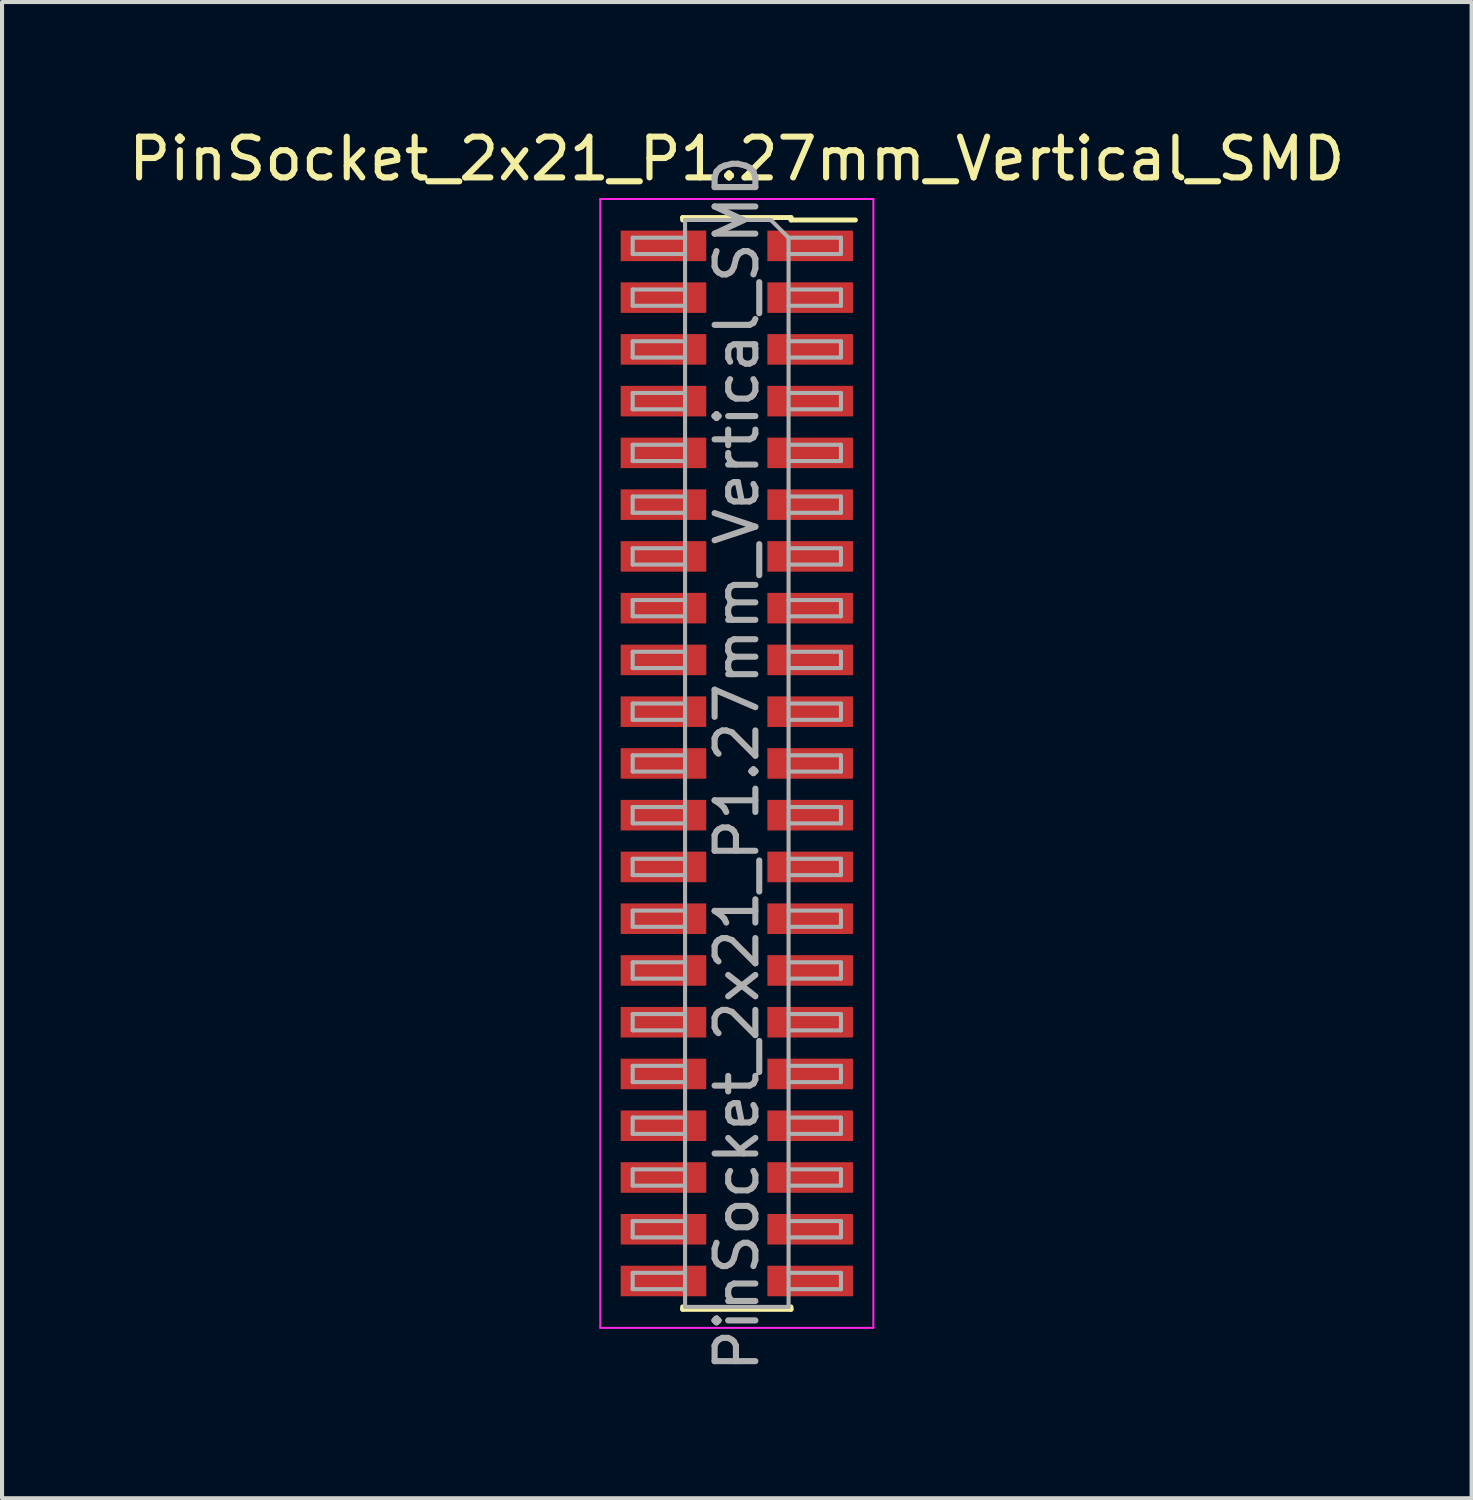
<source format=kicad_pcb>
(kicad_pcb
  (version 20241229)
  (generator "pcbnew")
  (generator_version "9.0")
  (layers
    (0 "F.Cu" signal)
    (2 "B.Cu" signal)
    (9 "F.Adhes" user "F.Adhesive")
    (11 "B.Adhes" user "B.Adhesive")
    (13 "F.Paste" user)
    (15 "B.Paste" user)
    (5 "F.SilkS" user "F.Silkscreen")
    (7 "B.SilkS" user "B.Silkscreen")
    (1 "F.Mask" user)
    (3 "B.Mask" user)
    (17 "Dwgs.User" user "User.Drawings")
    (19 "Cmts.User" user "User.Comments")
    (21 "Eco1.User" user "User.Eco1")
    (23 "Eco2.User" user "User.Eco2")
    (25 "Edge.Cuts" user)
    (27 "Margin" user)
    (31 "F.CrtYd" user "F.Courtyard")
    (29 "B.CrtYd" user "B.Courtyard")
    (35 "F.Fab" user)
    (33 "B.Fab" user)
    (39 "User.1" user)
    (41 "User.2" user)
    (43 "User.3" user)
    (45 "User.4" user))
  (footprint "PinSocket_2x21_P1.27mm_Vertical_SMD"
    (layer "F.Cu")
    (at 15.03 15.683)
    (property "Reference" "PinSocket_2x21_P1.27mm_Vertical_SMD" (at 0 -14.835 0) (layer "F.SilkS") (effects (font (size 1 1) (thickness 0.15))))
    (attr smd)
    (fp_line (start -1.33 -13.395) (end 1.33 -13.395) (stroke (width 0.12) (type solid)) (layer "F.SilkS"))
    (fp_line (start -1.33 -13.335) (end -1.33 -13.395) (stroke (width 0.12) (type solid)) (layer "F.SilkS"))
    (fp_line (start -1.33 13.395) (end -1.33 13.335) (stroke (width 0.12) (type solid)) (layer "F.SilkS"))
    (fp_line (start 1.33 -13.395) (end 1.33 -13.335) (stroke (width 0.12) (type solid)) (layer "F.SilkS"))
    (fp_line (start 1.33 -13.335) (end 2.91 -13.335) (stroke (width 0.12) (type solid)) (layer "F.SilkS"))
    (fp_line (start 1.33 13.335) (end 1.33 13.395) (stroke (width 0.12) (type solid)) (layer "F.SilkS"))
    (fp_line (start 1.33 13.395) (end -1.33 13.395) (stroke (width 0.12) (type solid)) (layer "F.SilkS"))
    (fp_line (start -3.35 -13.85) (end 3.35 -13.85) (stroke (width 0.05) (type solid)) (layer "F.CrtYd"))
    (fp_line (start -3.35 13.85) (end -3.35 -13.85) (stroke (width 0.05) (type solid)) (layer "F.CrtYd"))
    (fp_line (start 3.35 -13.85) (end 3.35 13.85) (stroke (width 0.05) (type solid)) (layer "F.CrtYd"))
    (fp_line (start 3.35 13.85) (end -3.35 13.85) (stroke (width 0.05) (type solid)) (layer "F.CrtYd"))
    (fp_line (start -2.555 -12.9) (end -1.27 -12.9) (stroke (width 0.1) (type solid)) (layer "F.Fab"))
    (fp_line (start -2.555 -12.5) (end -2.555 -12.9) (stroke (width 0.1) (type solid)) (layer "F.Fab"))
    (fp_line (start -2.555 -11.63) (end -1.27 -11.63) (stroke (width 0.1) (type solid)) (layer "F.Fab"))
    (fp_line (start -2.555 -11.23) (end -2.555 -11.63) (stroke (width 0.1) (type solid)) (layer "F.Fab"))
    (fp_line (start -2.555 -10.36) (end -1.27 -10.36) (stroke (width 0.1) (type solid)) (layer "F.Fab"))
    (fp_line (start -2.555 -9.96) (end -2.555 -10.36) (stroke (width 0.1) (type solid)) (layer "F.Fab"))
    (fp_line (start -2.555 -9.09) (end -1.27 -9.09) (stroke (width 0.1) (type solid)) (layer "F.Fab"))
    (fp_line (start -2.555 -8.69) (end -2.555 -9.09) (stroke (width 0.1) (type solid)) (layer "F.Fab"))
    (fp_line (start -2.555 -7.82) (end -1.27 -7.82) (stroke (width 0.1) (type solid)) (layer "F.Fab"))
    (fp_line (start -2.555 -7.42) (end -2.555 -7.82) (stroke (width 0.1) (type solid)) (layer "F.Fab"))
    (fp_line (start -2.555 -6.55) (end -1.27 -6.55) (stroke (width 0.1) (type solid)) (layer "F.Fab"))
    (fp_line (start -2.555 -6.15) (end -2.555 -6.55) (stroke (width 0.1) (type solid)) (layer "F.Fab"))
    (fp_line (start -2.555 -5.28) (end -1.27 -5.28) (stroke (width 0.1) (type solid)) (layer "F.Fab"))
    (fp_line (start -2.555 -4.88) (end -2.555 -5.28) (stroke (width 0.1) (type solid)) (layer "F.Fab"))
    (fp_line (start -2.555 -4.01) (end -1.27 -4.01) (stroke (width 0.1) (type solid)) (layer "F.Fab"))
    (fp_line (start -2.555 -3.61) (end -2.555 -4.01) (stroke (width 0.1) (type solid)) (layer "F.Fab"))
    (fp_line (start -2.555 -2.74) (end -1.27 -2.74) (stroke (width 0.1) (type solid)) (layer "F.Fab"))
    (fp_line (start -2.555 -2.34) (end -2.555 -2.74) (stroke (width 0.1) (type solid)) (layer "F.Fab"))
    (fp_line (start -2.555 -1.47) (end -1.27 -1.47) (stroke (width 0.1) (type solid)) (layer "F.Fab"))
    (fp_line (start -2.555 -1.07) (end -2.555 -1.47) (stroke (width 0.1) (type solid)) (layer "F.Fab"))
    (fp_line (start -2.555 -0.2) (end -1.27 -0.2) (stroke (width 0.1) (type solid)) (layer "F.Fab"))
    (fp_line (start -2.555 0.2) (end -2.555 -0.2) (stroke (width 0.1) (type solid)) (layer "F.Fab"))
    (fp_line (start -2.555 1.07) (end -1.27 1.07) (stroke (width 0.1) (type solid)) (layer "F.Fab"))
    (fp_line (start -2.555 1.47) (end -2.555 1.07) (stroke (width 0.1) (type solid)) (layer "F.Fab"))
    (fp_line (start -2.555 2.34) (end -1.27 2.34) (stroke (width 0.1) (type solid)) (layer "F.Fab"))
    (fp_line (start -2.555 2.74) (end -2.555 2.34) (stroke (width 0.1) (type solid)) (layer "F.Fab"))
    (fp_line (start -2.555 3.61) (end -1.27 3.61) (stroke (width 0.1) (type solid)) (layer "F.Fab"))
    (fp_line (start -2.555 4.01) (end -2.555 3.61) (stroke (width 0.1) (type solid)) (layer "F.Fab"))
    (fp_line (start -2.555 4.88) (end -1.27 4.88) (stroke (width 0.1) (type solid)) (layer "F.Fab"))
    (fp_line (start -2.555 5.28) (end -2.555 4.88) (stroke (width 0.1) (type solid)) (layer "F.Fab"))
    (fp_line (start -2.555 6.15) (end -1.27 6.15) (stroke (width 0.1) (type solid)) (layer "F.Fab"))
    (fp_line (start -2.555 6.55) (end -2.555 6.15) (stroke (width 0.1) (type solid)) (layer "F.Fab"))
    (fp_line (start -2.555 7.42) (end -1.27 7.42) (stroke (width 0.1) (type solid)) (layer "F.Fab"))
    (fp_line (start -2.555 7.82) (end -2.555 7.42) (stroke (width 0.1) (type solid)) (layer "F.Fab"))
    (fp_line (start -2.555 8.69) (end -1.27 8.69) (stroke (width 0.1) (type solid)) (layer "F.Fab"))
    (fp_line (start -2.555 9.09) (end -2.555 8.69) (stroke (width 0.1) (type solid)) (layer "F.Fab"))
    (fp_line (start -2.555 9.96) (end -1.27 9.96) (stroke (width 0.1) (type solid)) (layer "F.Fab"))
    (fp_line (start -2.555 10.36) (end -2.555 9.96) (stroke (width 0.1) (type solid)) (layer "F.Fab"))
    (fp_line (start -2.555 11.23) (end -1.27 11.23) (stroke (width 0.1) (type solid)) (layer "F.Fab"))
    (fp_line (start -2.555 11.63) (end -2.555 11.23) (stroke (width 0.1) (type solid)) (layer "F.Fab"))
    (fp_line (start -2.555 12.5) (end -1.27 12.5) (stroke (width 0.1) (type solid)) (layer "F.Fab"))
    (fp_line (start -2.555 12.9) (end -2.555 12.5) (stroke (width 0.1) (type solid)) (layer "F.Fab"))
    (fp_line (start -1.27 -13.335) (end 0.835 -13.335) (stroke (width 0.1) (type solid)) (layer "F.Fab"))
    (fp_line (start -1.27 -12.5) (end -2.555 -12.5) (stroke (width 0.1) (type solid)) (layer "F.Fab"))
    (fp_line (start -1.27 -11.23) (end -2.555 -11.23) (stroke (width 0.1) (type solid)) (layer "F.Fab"))
    (fp_line (start -1.27 -9.96) (end -2.555 -9.96) (stroke (width 0.1) (type solid)) (layer "F.Fab"))
    (fp_line (start -1.27 -8.69) (end -2.555 -8.69) (stroke (width 0.1) (type solid)) (layer "F.Fab"))
    (fp_line (start -1.27 -7.42) (end -2.555 -7.42) (stroke (width 0.1) (type solid)) (layer "F.Fab"))
    (fp_line (start -1.27 -6.15) (end -2.555 -6.15) (stroke (width 0.1) (type solid)) (layer "F.Fab"))
    (fp_line (start -1.27 -4.88) (end -2.555 -4.88) (stroke (width 0.1) (type solid)) (layer "F.Fab"))
    (fp_line (start -1.27 -3.61) (end -2.555 -3.61) (stroke (width 0.1) (type solid)) (layer "F.Fab"))
    (fp_line (start -1.27 -2.34) (end -2.555 -2.34) (stroke (width 0.1) (type solid)) (layer "F.Fab"))
    (fp_line (start -1.27 -1.07) (end -2.555 -1.07) (stroke (width 0.1) (type solid)) (layer "F.Fab"))
    (fp_line (start -1.27 0.2) (end -2.555 0.2) (stroke (width 0.1) (type solid)) (layer "F.Fab"))
    (fp_line (start -1.27 1.47) (end -2.555 1.47) (stroke (width 0.1) (type solid)) (layer "F.Fab"))
    (fp_line (start -1.27 2.74) (end -2.555 2.74) (stroke (width 0.1) (type solid)) (layer "F.Fab"))
    (fp_line (start -1.27 4.01) (end -2.555 4.01) (stroke (width 0.1) (type solid)) (layer "F.Fab"))
    (fp_line (start -1.27 5.28) (end -2.555 5.28) (stroke (width 0.1) (type solid)) (layer "F.Fab"))
    (fp_line (start -1.27 6.55) (end -2.555 6.55) (stroke (width 0.1) (type solid)) (layer "F.Fab"))
    (fp_line (start -1.27 7.82) (end -2.555 7.82) (stroke (width 0.1) (type solid)) (layer "F.Fab"))
    (fp_line (start -1.27 9.09) (end -2.555 9.09) (stroke (width 0.1) (type solid)) (layer "F.Fab"))
    (fp_line (start -1.27 10.36) (end -2.555 10.36) (stroke (width 0.1) (type solid)) (layer "F.Fab"))
    (fp_line (start -1.27 11.63) (end -2.555 11.63) (stroke (width 0.1) (type solid)) (layer "F.Fab"))
    (fp_line (start -1.27 12.9) (end -2.555 12.9) (stroke (width 0.1) (type solid)) (layer "F.Fab"))
    (fp_line (start -1.27 13.335) (end -1.27 -13.335) (stroke (width 0.1) (type solid)) (layer "F.Fab"))
    (fp_line (start 0.835 -13.335) (end 1.27 -12.9) (stroke (width 0.1) (type solid)) (layer "F.Fab"))
    (fp_line (start 1.27 -12.9) (end 1.27 13.335) (stroke (width 0.1) (type solid)) (layer "F.Fab"))
    (fp_line (start 1.27 -12.9) (end 2.555 -12.9) (stroke (width 0.1) (type solid)) (layer "F.Fab"))
    (fp_line (start 1.27 -11.63) (end 2.555 -11.63) (stroke (width 0.1) (type solid)) (layer "F.Fab"))
    (fp_line (start 1.27 -10.36) (end 2.555 -10.36) (stroke (width 0.1) (type solid)) (layer "F.Fab"))
    (fp_line (start 1.27 -9.09) (end 2.555 -9.09) (stroke (width 0.1) (type solid)) (layer "F.Fab"))
    (fp_line (start 1.27 -7.82) (end 2.555 -7.82) (stroke (width 0.1) (type solid)) (layer "F.Fab"))
    (fp_line (start 1.27 -6.55) (end 2.555 -6.55) (stroke (width 0.1) (type solid)) (layer "F.Fab"))
    (fp_line (start 1.27 -5.28) (end 2.555 -5.28) (stroke (width 0.1) (type solid)) (layer "F.Fab"))
    (fp_line (start 1.27 -4.01) (end 2.555 -4.01) (stroke (width 0.1) (type solid)) (layer "F.Fab"))
    (fp_line (start 1.27 -2.74) (end 2.555 -2.74) (stroke (width 0.1) (type solid)) (layer "F.Fab"))
    (fp_line (start 1.27 -1.47) (end 2.555 -1.47) (stroke (width 0.1) (type solid)) (layer "F.Fab"))
    (fp_line (start 1.27 -0.2) (end 2.555 -0.2) (stroke (width 0.1) (type solid)) (layer "F.Fab"))
    (fp_line (start 1.27 1.07) (end 2.555 1.07) (stroke (width 0.1) (type solid)) (layer "F.Fab"))
    (fp_line (start 1.27 2.34) (end 2.555 2.34) (stroke (width 0.1) (type solid)) (layer "F.Fab"))
    (fp_line (start 1.27 3.61) (end 2.555 3.61) (stroke (width 0.1) (type solid)) (layer "F.Fab"))
    (fp_line (start 1.27 4.88) (end 2.555 4.88) (stroke (width 0.1) (type solid)) (layer "F.Fab"))
    (fp_line (start 1.27 6.15) (end 2.555 6.15) (stroke (width 0.1) (type solid)) (layer "F.Fab"))
    (fp_line (start 1.27 7.42) (end 2.555 7.42) (stroke (width 0.1) (type solid)) (layer "F.Fab"))
    (fp_line (start 1.27 8.69) (end 2.555 8.69) (stroke (width 0.1) (type solid)) (layer "F.Fab"))
    (fp_line (start 1.27 9.96) (end 2.555 9.96) (stroke (width 0.1) (type solid)) (layer "F.Fab"))
    (fp_line (start 1.27 11.23) (end 2.555 11.23) (stroke (width 0.1) (type solid)) (layer "F.Fab"))
    (fp_line (start 1.27 12.5) (end 2.555 12.5) (stroke (width 0.1) (type solid)) (layer "F.Fab"))
    (fp_line (start 1.27 13.335) (end -1.27 13.335) (stroke (width 0.1) (type solid)) (layer "F.Fab"))
    (fp_line (start 2.555 -12.9) (end 2.555 -12.5) (stroke (width 0.1) (type solid)) (layer "F.Fab"))
    (fp_line (start 2.555 -12.5) (end 1.27 -12.5) (stroke (width 0.1) (type solid)) (layer "F.Fab"))
    (fp_line (start 2.555 -11.63) (end 2.555 -11.23) (stroke (width 0.1) (type solid)) (layer "F.Fab"))
    (fp_line (start 2.555 -11.23) (end 1.27 -11.23) (stroke (width 0.1) (type solid)) (layer "F.Fab"))
    (fp_line (start 2.555 -10.36) (end 2.555 -9.96) (stroke (width 0.1) (type solid)) (layer "F.Fab"))
    (fp_line (start 2.555 -9.96) (end 1.27 -9.96) (stroke (width 0.1) (type solid)) (layer "F.Fab"))
    (fp_line (start 2.555 -9.09) (end 2.555 -8.69) (stroke (width 0.1) (type solid)) (layer "F.Fab"))
    (fp_line (start 2.555 -8.69) (end 1.27 -8.69) (stroke (width 0.1) (type solid)) (layer "F.Fab"))
    (fp_line (start 2.555 -7.82) (end 2.555 -7.42) (stroke (width 0.1) (type solid)) (layer "F.Fab"))
    (fp_line (start 2.555 -7.42) (end 1.27 -7.42) (stroke (width 0.1) (type solid)) (layer "F.Fab"))
    (fp_line (start 2.555 -6.55) (end 2.555 -6.15) (stroke (width 0.1) (type solid)) (layer "F.Fab"))
    (fp_line (start 2.555 -6.15) (end 1.27 -6.15) (stroke (width 0.1) (type solid)) (layer "F.Fab"))
    (fp_line (start 2.555 -5.28) (end 2.555 -4.88) (stroke (width 0.1) (type solid)) (layer "F.Fab"))
    (fp_line (start 2.555 -4.88) (end 1.27 -4.88) (stroke (width 0.1) (type solid)) (layer "F.Fab"))
    (fp_line (start 2.555 -4.01) (end 2.555 -3.61) (stroke (width 0.1) (type solid)) (layer "F.Fab"))
    (fp_line (start 2.555 -3.61) (end 1.27 -3.61) (stroke (width 0.1) (type solid)) (layer "F.Fab"))
    (fp_line (start 2.555 -2.74) (end 2.555 -2.34) (stroke (width 0.1) (type solid)) (layer "F.Fab"))
    (fp_line (start 2.555 -2.34) (end 1.27 -2.34) (stroke (width 0.1) (type solid)) (layer "F.Fab"))
    (fp_line (start 2.555 -1.47) (end 2.555 -1.07) (stroke (width 0.1) (type solid)) (layer "F.Fab"))
    (fp_line (start 2.555 -1.07) (end 1.27 -1.07) (stroke (width 0.1) (type solid)) (layer "F.Fab"))
    (fp_line (start 2.555 -0.2) (end 2.555 0.2) (stroke (width 0.1) (type solid)) (layer "F.Fab"))
    (fp_line (start 2.555 0.2) (end 1.27 0.2) (stroke (width 0.1) (type solid)) (layer "F.Fab"))
    (fp_line (start 2.555 1.07) (end 2.555 1.47) (stroke (width 0.1) (type solid)) (layer "F.Fab"))
    (fp_line (start 2.555 1.47) (end 1.27 1.47) (stroke (width 0.1) (type solid)) (layer "F.Fab"))
    (fp_line (start 2.555 2.34) (end 2.555 2.74) (stroke (width 0.1) (type solid)) (layer "F.Fab"))
    (fp_line (start 2.555 2.74) (end 1.27 2.74) (stroke (width 0.1) (type solid)) (layer "F.Fab"))
    (fp_line (start 2.555 3.61) (end 2.555 4.01) (stroke (width 0.1) (type solid)) (layer "F.Fab"))
    (fp_line (start 2.555 4.01) (end 1.27 4.01) (stroke (width 0.1) (type solid)) (layer "F.Fab"))
    (fp_line (start 2.555 4.88) (end 2.555 5.28) (stroke (width 0.1) (type solid)) (layer "F.Fab"))
    (fp_line (start 2.555 5.28) (end 1.27 5.28) (stroke (width 0.1) (type solid)) (layer "F.Fab"))
    (fp_line (start 2.555 6.15) (end 2.555 6.55) (stroke (width 0.1) (type solid)) (layer "F.Fab"))
    (fp_line (start 2.555 6.55) (end 1.27 6.55) (stroke (width 0.1) (type solid)) (layer "F.Fab"))
    (fp_line (start 2.555 7.42) (end 2.555 7.82) (stroke (width 0.1) (type solid)) (layer "F.Fab"))
    (fp_line (start 2.555 7.82) (end 1.27 7.82) (stroke (width 0.1) (type solid)) (layer "F.Fab"))
    (fp_line (start 2.555 8.69) (end 2.555 9.09) (stroke (width 0.1) (type solid)) (layer "F.Fab"))
    (fp_line (start 2.555 9.09) (end 1.27 9.09) (stroke (width 0.1) (type solid)) (layer "F.Fab"))
    (fp_line (start 2.555 9.96) (end 2.555 10.36) (stroke (width 0.1) (type solid)) (layer "F.Fab"))
    (fp_line (start 2.555 10.36) (end 1.27 10.36) (stroke (width 0.1) (type solid)) (layer "F.Fab"))
    (fp_line (start 2.555 11.23) (end 2.555 11.63) (stroke (width 0.1) (type solid)) (layer "F.Fab"))
    (fp_line (start 2.555 11.63) (end 1.27 11.63) (stroke (width 0.1) (type solid)) (layer "F.Fab"))
    (fp_line (start 2.555 12.5) (end 2.555 12.9) (stroke (width 0.1) (type solid)) (layer "F.Fab"))
    (fp_line (start 2.555 12.9) (end 1.27 12.9) (stroke (width 0.1) (type solid)) (layer "F.Fab"))
    (fp_text user "${REFERENCE}" (at 0 0 90) (layer "F.Fab") (effects (font (size 1 1) (thickness 0.15))))
    (pad "1" smd rect (at 1.8 -12.7) (size 2.1 0.75) (layers "F.Cu" "F.Mask" "F.Paste"))
    (pad "2" smd rect (at -1.8 -12.7) (size 2.1 0.75) (layers "F.Cu" "F.Mask" "F.Paste"))
    (pad "3" smd rect (at 1.8 -11.43) (size 2.1 0.75) (layers "F.Cu" "F.Mask" "F.Paste"))
    (pad "4" smd rect (at -1.8 -11.43) (size 2.1 0.75) (layers "F.Cu" "F.Mask" "F.Paste"))
    (pad "5" smd rect (at 1.8 -10.16) (size 2.1 0.75) (layers "F.Cu" "F.Mask" "F.Paste"))
    (pad "6" smd rect (at -1.8 -10.16) (size 2.1 0.75) (layers "F.Cu" "F.Mask" "F.Paste"))
    (pad "7" smd rect (at 1.8 -8.89) (size 2.1 0.75) (layers "F.Cu" "F.Mask" "F.Paste"))
    (pad "8" smd rect (at -1.8 -8.89) (size 2.1 0.75) (layers "F.Cu" "F.Mask" "F.Paste"))
    (pad "9" smd rect (at 1.8 -7.62) (size 2.1 0.75) (layers "F.Cu" "F.Mask" "F.Paste"))
    (pad "10" smd rect (at -1.8 -7.62) (size 2.1 0.75) (layers "F.Cu" "F.Mask" "F.Paste"))
    (pad "11" smd rect (at 1.8 -6.35) (size 2.1 0.75) (layers "F.Cu" "F.Mask" "F.Paste"))
    (pad "12" smd rect (at -1.8 -6.35) (size 2.1 0.75) (layers "F.Cu" "F.Mask" "F.Paste"))
    (pad "13" smd rect (at 1.8 -5.08) (size 2.1 0.75) (layers "F.Cu" "F.Mask" "F.Paste"))
    (pad "14" smd rect (at -1.8 -5.08) (size 2.1 0.75) (layers "F.Cu" "F.Mask" "F.Paste"))
    (pad "15" smd rect (at 1.8 -3.81) (size 2.1 0.75) (layers "F.Cu" "F.Mask" "F.Paste"))
    (pad "16" smd rect (at -1.8 -3.81) (size 2.1 0.75) (layers "F.Cu" "F.Mask" "F.Paste"))
    (pad "17" smd rect (at 1.8 -2.54) (size 2.1 0.75) (layers "F.Cu" "F.Mask" "F.Paste"))
    (pad "18" smd rect (at -1.8 -2.54) (size 2.1 0.75) (layers "F.Cu" "F.Mask" "F.Paste"))
    (pad "19" smd rect (at 1.8 -1.27) (size 2.1 0.75) (layers "F.Cu" "F.Mask" "F.Paste"))
    (pad "20" smd rect (at -1.8 -1.27) (size 2.1 0.75) (layers "F.Cu" "F.Mask" "F.Paste"))
    (pad "21" smd rect (at 1.8 0) (size 2.1 0.75) (layers "F.Cu" "F.Mask" "F.Paste"))
    (pad "22" smd rect (at -1.8 0) (size 2.1 0.75) (layers "F.Cu" "F.Mask" "F.Paste"))
    (pad "23" smd rect (at 1.8 1.27) (size 2.1 0.75) (layers "F.Cu" "F.Mask" "F.Paste"))
    (pad "24" smd rect (at -1.8 1.27) (size 2.1 0.75) (layers "F.Cu" "F.Mask" "F.Paste"))
    (pad "25" smd rect (at 1.8 2.54) (size 2.1 0.75) (layers "F.Cu" "F.Mask" "F.Paste"))
    (pad "26" smd rect (at -1.8 2.54) (size 2.1 0.75) (layers "F.Cu" "F.Mask" "F.Paste"))
    (pad "27" smd rect (at 1.8 3.81) (size 2.1 0.75) (layers "F.Cu" "F.Mask" "F.Paste"))
    (pad "28" smd rect (at -1.8 3.81) (size 2.1 0.75) (layers "F.Cu" "F.Mask" "F.Paste"))
    (pad "29" smd rect (at 1.8 5.08) (size 2.1 0.75) (layers "F.Cu" "F.Mask" "F.Paste"))
    (pad "30" smd rect (at -1.8 5.08) (size 2.1 0.75) (layers "F.Cu" "F.Mask" "F.Paste"))
    (pad "31" smd rect (at 1.8 6.35) (size 2.1 0.75) (layers "F.Cu" "F.Mask" "F.Paste"))
    (pad "32" smd rect (at -1.8 6.35) (size 2.1 0.75) (layers "F.Cu" "F.Mask" "F.Paste"))
    (pad "33" smd rect (at 1.8 7.62) (size 2.1 0.75) (layers "F.Cu" "F.Mask" "F.Paste"))
    (pad "34" smd rect (at -1.8 7.62) (size 2.1 0.75) (layers "F.Cu" "F.Mask" "F.Paste"))
    (pad "35" smd rect (at 1.8 8.89) (size 2.1 0.75) (layers "F.Cu" "F.Mask" "F.Paste"))
    (pad "36" smd rect (at -1.8 8.89) (size 2.1 0.75) (layers "F.Cu" "F.Mask" "F.Paste"))
    (pad "37" smd rect (at 1.8 10.16) (size 2.1 0.75) (layers "F.Cu" "F.Mask" "F.Paste"))
    (pad "38" smd rect (at -1.8 10.16) (size 2.1 0.75) (layers "F.Cu" "F.Mask" "F.Paste"))
    (pad "39" smd rect (at 1.8 11.43) (size 2.1 0.75) (layers "F.Cu" "F.Mask" "F.Paste"))
    (pad "40" smd rect (at -1.8 11.43) (size 2.1 0.75) (layers "F.Cu" "F.Mask" "F.Paste"))
    (pad "41" smd rect (at 1.8 12.7) (size 2.1 0.75) (layers "F.Cu" "F.Mask" "F.Paste"))
    (pad "42" smd rect (at -1.8 12.7) (size 2.1 0.75) (layers "F.Cu" "F.Mask" "F.Paste")))
  (gr_rect
    (start -3 -3)
    (end 33.06 33.713)
    (stroke (width 0.1) (type default))
    (fill no)
    (layer "Edge.Cuts")))
</source>
